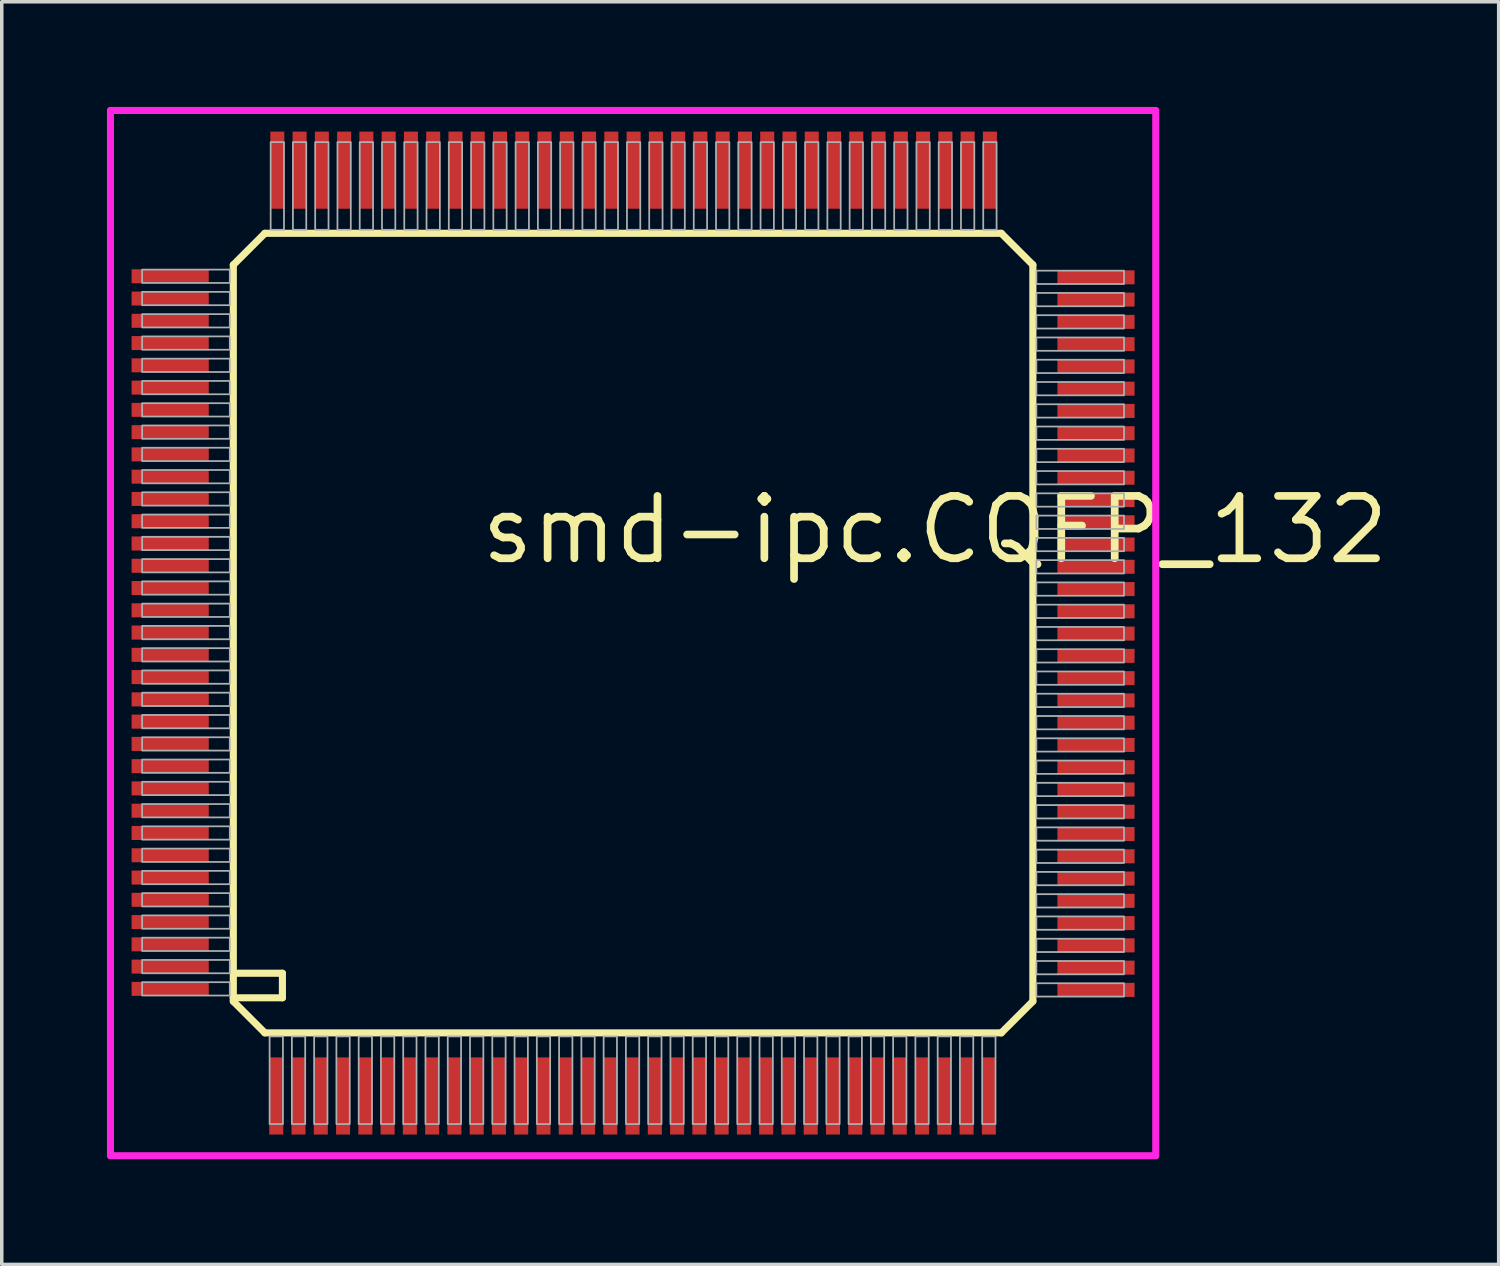
<source format=kicad_pcb>
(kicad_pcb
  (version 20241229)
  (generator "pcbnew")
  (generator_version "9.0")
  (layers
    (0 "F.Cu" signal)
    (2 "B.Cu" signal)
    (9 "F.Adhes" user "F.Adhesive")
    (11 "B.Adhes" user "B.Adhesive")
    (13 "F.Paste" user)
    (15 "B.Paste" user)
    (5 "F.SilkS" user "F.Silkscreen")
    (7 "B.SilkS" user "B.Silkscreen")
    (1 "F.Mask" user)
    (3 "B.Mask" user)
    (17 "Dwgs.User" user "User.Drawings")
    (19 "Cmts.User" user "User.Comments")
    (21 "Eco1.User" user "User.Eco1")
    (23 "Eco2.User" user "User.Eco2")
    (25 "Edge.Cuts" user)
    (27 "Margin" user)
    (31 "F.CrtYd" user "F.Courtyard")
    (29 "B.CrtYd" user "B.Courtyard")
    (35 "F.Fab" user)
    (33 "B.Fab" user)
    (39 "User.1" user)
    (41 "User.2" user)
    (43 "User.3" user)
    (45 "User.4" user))
  (footprint "smd-ipc.CQFP_132"
    (layer "F.Cu")
    (at 15.003 15.003)
    (property "Reference" "smd-ipc.CQFP_132" (at -4.445 -1.905 0) (layer "F.SilkS") (effects (font (size 1.778 1.778) (thickness 0.22)) (justify left bottom)))
    (attr smd)
    (fp_line (start -11.4 -10.5) (end -11.4 10.4) (stroke (width 0.203) (type default)) (layer "F.SilkS"))
    (fp_line (start -11.4 -10.5) (end -10.5 -11.4) (stroke (width 0.203) (type default)) (layer "F.SilkS"))
    (fp_line (start -11.4 10.4) (end -11.4 10.5) (stroke (width 0.203) (type default)) (layer "F.SilkS"))
    (fp_line (start -11.4 10.4) (end -10 10.4) (stroke (width 0.203) (type default)) (layer "F.SilkS"))
    (fp_line (start -11.4 10.5) (end -10.5 11.4) (stroke (width 0.203) (type default)) (layer "F.SilkS"))
    (fp_line (start -10.5 11.4) (end 10.5 11.4) (stroke (width 0.203) (type default)) (layer "F.SilkS"))
    (fp_line (start -10 9.7) (end -11.3 9.7) (stroke (width 0.203) (type default)) (layer "F.SilkS"))
    (fp_line (start -10 10.4) (end -10 9.7) (stroke (width 0.203) (type default)) (layer "F.SilkS"))
    (fp_line (start 10.5 -11.4) (end -10.5 -11.4) (stroke (width 0.203) (type default)) (layer "F.SilkS"))
    (fp_line (start 10.5 -11.4) (end 11.4 -10.5) (stroke (width 0.203) (type default)) (layer "F.SilkS"))
    (fp_line (start 10.5 11.4) (end 11.4 10.5) (stroke (width 0.203) (type default)) (layer "F.SilkS"))
    (fp_line (start 11.4 10.5) (end 11.4 -10.5) (stroke (width 0.203) (type default)) (layer "F.SilkS"))
    (fp_line (start -14.903 -14.903) (end 14.903 -14.903) (stroke (width 0.2) (type default)) (layer "F.CrtYd"))
    (fp_line (start -14.903 14.903) (end -14.903 -14.903) (stroke (width 0.2) (type default)) (layer "F.CrtYd"))
    (fp_line (start 14.903 -14.903) (end 14.903 14.903) (stroke (width 0.2) (type default)) (layer "F.CrtYd"))
    (fp_line (start 14.903 14.903) (end -14.903 14.903) (stroke (width 0.2) (type default)) (layer "F.CrtYd"))
    (fp_rect (start -14 -9.985) (end -11.5 -10.365) (stroke (width 0.05) (type default)) (fill no) (layer "F.Fab"))
    (fp_rect (start -14 -9.35) (end -11.5 -9.73) (stroke (width 0.05) (type default)) (fill no) (layer "F.Fab"))
    (fp_rect (start -14 -8.715) (end -11.5 -9.095) (stroke (width 0.05) (type default)) (fill no) (layer "F.Fab"))
    (fp_rect (start -14 -8.08) (end -11.5 -8.46) (stroke (width 0.05) (type default)) (fill no) (layer "F.Fab"))
    (fp_rect (start -14 -7.445) (end -11.5 -7.825) (stroke (width 0.05) (type default)) (fill no) (layer "F.Fab"))
    (fp_rect (start -14 -6.81) (end -11.5 -7.19) (stroke (width 0.05) (type default)) (fill no) (layer "F.Fab"))
    (fp_rect (start -14 -6.175) (end -11.5 -6.555) (stroke (width 0.05) (type default)) (fill no) (layer "F.Fab"))
    (fp_rect (start -14 -5.54) (end -11.5 -5.92) (stroke (width 0.05) (type default)) (fill no) (layer "F.Fab"))
    (fp_rect (start -14 -4.905) (end -11.5 -5.285) (stroke (width 0.05) (type default)) (fill no) (layer "F.Fab"))
    (fp_rect (start -14 -4.27) (end -11.5 -4.65) (stroke (width 0.05) (type default)) (fill no) (layer "F.Fab"))
    (fp_rect (start -14 -3.635) (end -11.5 -4.015) (stroke (width 0.05) (type default)) (fill no) (layer "F.Fab"))
    (fp_rect (start -14 -3) (end -11.5 -3.38) (stroke (width 0.05) (type default)) (fill no) (layer "F.Fab"))
    (fp_rect (start -14 -2.365) (end -11.5 -2.745) (stroke (width 0.05) (type default)) (fill no) (layer "F.Fab"))
    (fp_rect (start -14 -1.73) (end -11.5 -2.11) (stroke (width 0.05) (type default)) (fill no) (layer "F.Fab"))
    (fp_rect (start -14 -1.095) (end -11.5 -1.475) (stroke (width 0.05) (type default)) (fill no) (layer "F.Fab"))
    (fp_rect (start -14 -0.46) (end -11.5 -0.84) (stroke (width 0.05) (type default)) (fill no) (layer "F.Fab"))
    (fp_rect (start -14 0.175) (end -11.5 -0.205) (stroke (width 0.05) (type default)) (fill no) (layer "F.Fab"))
    (fp_rect (start -14 0.81) (end -11.5 0.43) (stroke (width 0.05) (type default)) (fill no) (layer "F.Fab"))
    (fp_rect (start -14 1.445) (end -11.5 1.065) (stroke (width 0.05) (type default)) (fill no) (layer "F.Fab"))
    (fp_rect (start -14 2.08) (end -11.5 1.7) (stroke (width 0.05) (type default)) (fill no) (layer "F.Fab"))
    (fp_rect (start -14 2.715) (end -11.5 2.335) (stroke (width 0.05) (type default)) (fill no) (layer "F.Fab"))
    (fp_rect (start -14 3.35) (end -11.5 2.97) (stroke (width 0.05) (type default)) (fill no) (layer "F.Fab"))
    (fp_rect (start -14 3.985) (end -11.5 3.605) (stroke (width 0.05) (type default)) (fill no) (layer "F.Fab"))
    (fp_rect (start -14 4.62) (end -11.5 4.24) (stroke (width 0.05) (type default)) (fill no) (layer "F.Fab"))
    (fp_rect (start -14 5.255) (end -11.5 4.875) (stroke (width 0.05) (type default)) (fill no) (layer "F.Fab"))
    (fp_rect (start -14 5.89) (end -11.5 5.51) (stroke (width 0.05) (type default)) (fill no) (layer "F.Fab"))
    (fp_rect (start -14 6.525) (end -11.5 6.145) (stroke (width 0.05) (type default)) (fill no) (layer "F.Fab"))
    (fp_rect (start -14 7.16) (end -11.5 6.78) (stroke (width 0.05) (type default)) (fill no) (layer "F.Fab"))
    (fp_rect (start -14 7.795) (end -11.5 7.415) (stroke (width 0.05) (type default)) (fill no) (layer "F.Fab"))
    (fp_rect (start -14 8.43) (end -11.5 8.05) (stroke (width 0.05) (type default)) (fill no) (layer "F.Fab"))
    (fp_rect (start -14 9.065) (end -11.5 8.685) (stroke (width 0.05) (type default)) (fill no) (layer "F.Fab"))
    (fp_rect (start -14 9.7) (end -11.5 9.32) (stroke (width 0.05) (type default)) (fill no) (layer "F.Fab"))
    (fp_rect (start -14 10.335) (end -11.5 9.955) (stroke (width 0.05) (type default)) (fill no) (layer "F.Fab"))
    (fp_rect (start -10.365 14) (end -9.985 11.5) (stroke (width 0.05) (type default)) (fill no) (layer "F.Fab"))
    (fp_rect (start -10.335 -11.5) (end -9.955 -14) (stroke (width 0.05) (type default)) (fill no) (layer "F.Fab"))
    (fp_rect (start -9.73 14) (end -9.35 11.5) (stroke (width 0.05) (type default)) (fill no) (layer "F.Fab"))
    (fp_rect (start -9.7 -11.5) (end -9.32 -14) (stroke (width 0.05) (type default)) (fill no) (layer "F.Fab"))
    (fp_rect (start -9.095 14) (end -8.715 11.5) (stroke (width 0.05) (type default)) (fill no) (layer "F.Fab"))
    (fp_rect (start -9.065 -11.5) (end -8.685 -14) (stroke (width 0.05) (type default)) (fill no) (layer "F.Fab"))
    (fp_rect (start -8.46 14) (end -8.08 11.5) (stroke (width 0.05) (type default)) (fill no) (layer "F.Fab"))
    (fp_rect (start -8.43 -11.5) (end -8.05 -14) (stroke (width 0.05) (type default)) (fill no) (layer "F.Fab"))
    (fp_rect (start -7.825 14) (end -7.445 11.5) (stroke (width 0.05) (type default)) (fill no) (layer "F.Fab"))
    (fp_rect (start -7.795 -11.5) (end -7.415 -14) (stroke (width 0.05) (type default)) (fill no) (layer "F.Fab"))
    (fp_rect (start -7.19 14) (end -6.81 11.5) (stroke (width 0.05) (type default)) (fill no) (layer "F.Fab"))
    (fp_rect (start -7.16 -11.5) (end -6.78 -14) (stroke (width 0.05) (type default)) (fill no) (layer "F.Fab"))
    (fp_rect (start -6.555 14) (end -6.175 11.5) (stroke (width 0.05) (type default)) (fill no) (layer "F.Fab"))
    (fp_rect (start -6.525 -11.5) (end -6.145 -14) (stroke (width 0.05) (type default)) (fill no) (layer "F.Fab"))
    (fp_rect (start -5.92 14) (end -5.54 11.5) (stroke (width 0.05) (type default)) (fill no) (layer "F.Fab"))
    (fp_rect (start -5.89 -11.5) (end -5.51 -14) (stroke (width 0.05) (type default)) (fill no) (layer "F.Fab"))
    (fp_rect (start -5.285 14) (end -4.905 11.5) (stroke (width 0.05) (type default)) (fill no) (layer "F.Fab"))
    (fp_rect (start -5.255 -11.5) (end -4.875 -14) (stroke (width 0.05) (type default)) (fill no) (layer "F.Fab"))
    (fp_rect (start -4.65 14) (end -4.27 11.5) (stroke (width 0.05) (type default)) (fill no) (layer "F.Fab"))
    (fp_rect (start -4.62 -11.5) (end -4.24 -14) (stroke (width 0.05) (type default)) (fill no) (layer "F.Fab"))
    (fp_rect (start -4.015 14) (end -3.635 11.5) (stroke (width 0.05) (type default)) (fill no) (layer "F.Fab"))
    (fp_rect (start -3.985 -11.5) (end -3.605 -14) (stroke (width 0.05) (type default)) (fill no) (layer "F.Fab"))
    (fp_rect (start -3.38 14) (end -3 11.5) (stroke (width 0.05) (type default)) (fill no) (layer "F.Fab"))
    (fp_rect (start -3.35 -11.5) (end -2.97 -14) (stroke (width 0.05) (type default)) (fill no) (layer "F.Fab"))
    (fp_rect (start -2.745 14) (end -2.365 11.5) (stroke (width 0.05) (type default)) (fill no) (layer "F.Fab"))
    (fp_rect (start -2.715 -11.5) (end -2.335 -14) (stroke (width 0.05) (type default)) (fill no) (layer "F.Fab"))
    (fp_rect (start -2.11 14) (end -1.73 11.5) (stroke (width 0.05) (type default)) (fill no) (layer "F.Fab"))
    (fp_rect (start -2.08 -11.5) (end -1.7 -14) (stroke (width 0.05) (type default)) (fill no) (layer "F.Fab"))
    (fp_rect (start -1.475 14) (end -1.095 11.5) (stroke (width 0.05) (type default)) (fill no) (layer "F.Fab"))
    (fp_rect (start -1.445 -11.5) (end -1.065 -14) (stroke (width 0.05) (type default)) (fill no) (layer "F.Fab"))
    (fp_rect (start -0.84 14) (end -0.46 11.5) (stroke (width 0.05) (type default)) (fill no) (layer "F.Fab"))
    (fp_rect (start -0.81 -11.5) (end -0.43 -14) (stroke (width 0.05) (type default)) (fill no) (layer "F.Fab"))
    (fp_rect (start -0.205 14) (end 0.175 11.5) (stroke (width 0.05) (type default)) (fill no) (layer "F.Fab"))
    (fp_rect (start -0.175 -11.5) (end 0.205 -14) (stroke (width 0.05) (type default)) (fill no) (layer "F.Fab"))
    (fp_rect (start 0.43 14) (end 0.81 11.5) (stroke (width 0.05) (type default)) (fill no) (layer "F.Fab"))
    (fp_rect (start 0.46 -11.5) (end 0.84 -14) (stroke (width 0.05) (type default)) (fill no) (layer "F.Fab"))
    (fp_rect (start 1.065 14) (end 1.445 11.5) (stroke (width 0.05) (type default)) (fill no) (layer "F.Fab"))
    (fp_rect (start 1.095 -11.5) (end 1.475 -14) (stroke (width 0.05) (type default)) (fill no) (layer "F.Fab"))
    (fp_rect (start 1.7 14) (end 2.08 11.5) (stroke (width 0.05) (type default)) (fill no) (layer "F.Fab"))
    (fp_rect (start 1.73 -11.5) (end 2.11 -14) (stroke (width 0.05) (type default)) (fill no) (layer "F.Fab"))
    (fp_rect (start 2.335 14) (end 2.715 11.5) (stroke (width 0.05) (type default)) (fill no) (layer "F.Fab"))
    (fp_rect (start 2.365 -11.5) (end 2.745 -14) (stroke (width 0.05) (type default)) (fill no) (layer "F.Fab"))
    (fp_rect (start 2.97 14) (end 3.35 11.5) (stroke (width 0.05) (type default)) (fill no) (layer "F.Fab"))
    (fp_rect (start 3 -11.5) (end 3.38 -14) (stroke (width 0.05) (type default)) (fill no) (layer "F.Fab"))
    (fp_rect (start 3.605 14) (end 3.985 11.5) (stroke (width 0.05) (type default)) (fill no) (layer "F.Fab"))
    (fp_rect (start 3.635 -11.5) (end 4.015 -14) (stroke (width 0.05) (type default)) (fill no) (layer "F.Fab"))
    (fp_rect (start 4.24 14) (end 4.62 11.5) (stroke (width 0.05) (type default)) (fill no) (layer "F.Fab"))
    (fp_rect (start 4.27 -11.5) (end 4.65 -14) (stroke (width 0.05) (type default)) (fill no) (layer "F.Fab"))
    (fp_rect (start 4.875 14) (end 5.255 11.5) (stroke (width 0.05) (type default)) (fill no) (layer "F.Fab"))
    (fp_rect (start 4.905 -11.5) (end 5.285 -14) (stroke (width 0.05) (type default)) (fill no) (layer "F.Fab"))
    (fp_rect (start 5.51 14) (end 5.89 11.5) (stroke (width 0.05) (type default)) (fill no) (layer "F.Fab"))
    (fp_rect (start 5.54 -11.5) (end 5.92 -14) (stroke (width 0.05) (type default)) (fill no) (layer "F.Fab"))
    (fp_rect (start 6.145 14) (end 6.525 11.5) (stroke (width 0.05) (type default)) (fill no) (layer "F.Fab"))
    (fp_rect (start 6.175 -11.5) (end 6.555 -14) (stroke (width 0.05) (type default)) (fill no) (layer "F.Fab"))
    (fp_rect (start 6.78 14) (end 7.16 11.5) (stroke (width 0.05) (type default)) (fill no) (layer "F.Fab"))
    (fp_rect (start 6.81 -11.5) (end 7.19 -14) (stroke (width 0.05) (type default)) (fill no) (layer "F.Fab"))
    (fp_rect (start 7.415 14) (end 7.795 11.5) (stroke (width 0.05) (type default)) (fill no) (layer "F.Fab"))
    (fp_rect (start 7.445 -11.5) (end 7.825 -14) (stroke (width 0.05) (type default)) (fill no) (layer "F.Fab"))
    (fp_rect (start 8.05 14) (end 8.43 11.5) (stroke (width 0.05) (type default)) (fill no) (layer "F.Fab"))
    (fp_rect (start 8.08 -11.5) (end 8.46 -14) (stroke (width 0.05) (type default)) (fill no) (layer "F.Fab"))
    (fp_rect (start 8.685 14) (end 9.065 11.5) (stroke (width 0.05) (type default)) (fill no) (layer "F.Fab"))
    (fp_rect (start 8.715 -11.5) (end 9.095 -14) (stroke (width 0.05) (type default)) (fill no) (layer "F.Fab"))
    (fp_rect (start 9.32 14) (end 9.7 11.5) (stroke (width 0.05) (type default)) (fill no) (layer "F.Fab"))
    (fp_rect (start 9.35 -11.5) (end 9.73 -14) (stroke (width 0.05) (type default)) (fill no) (layer "F.Fab"))
    (fp_rect (start 9.955 14) (end 10.335 11.5) (stroke (width 0.05) (type default)) (fill no) (layer "F.Fab"))
    (fp_rect (start 9.985 -11.5) (end 10.365 -14) (stroke (width 0.05) (type default)) (fill no) (layer "F.Fab"))
    (fp_rect (start 11.5 -9.955) (end 14 -10.335) (stroke (width 0.05) (type default)) (fill no) (layer "F.Fab"))
    (fp_rect (start 11.5 -9.32) (end 14 -9.7) (stroke (width 0.05) (type default)) (fill no) (layer "F.Fab"))
    (fp_rect (start 11.5 -8.685) (end 14 -9.065) (stroke (width 0.05) (type default)) (fill no) (layer "F.Fab"))
    (fp_rect (start 11.5 -8.05) (end 14 -8.43) (stroke (width 0.05) (type default)) (fill no) (layer "F.Fab"))
    (fp_rect (start 11.5 -7.415) (end 14 -7.795) (stroke (width 0.05) (type default)) (fill no) (layer "F.Fab"))
    (fp_rect (start 11.5 -6.78) (end 14 -7.16) (stroke (width 0.05) (type default)) (fill no) (layer "F.Fab"))
    (fp_rect (start 11.5 -6.145) (end 14 -6.525) (stroke (width 0.05) (type default)) (fill no) (layer "F.Fab"))
    (fp_rect (start 11.5 -5.51) (end 14 -5.89) (stroke (width 0.05) (type default)) (fill no) (layer "F.Fab"))
    (fp_rect (start 11.5 -4.875) (end 14 -5.255) (stroke (width 0.05) (type default)) (fill no) (layer "F.Fab"))
    (fp_rect (start 11.5 -4.24) (end 14 -4.62) (stroke (width 0.05) (type default)) (fill no) (layer "F.Fab"))
    (fp_rect (start 11.5 -3.605) (end 14 -3.985) (stroke (width 0.05) (type default)) (fill no) (layer "F.Fab"))
    (fp_rect (start 11.5 -2.97) (end 14 -3.35) (stroke (width 0.05) (type default)) (fill no) (layer "F.Fab"))
    (fp_rect (start 11.5 -2.335) (end 14 -2.715) (stroke (width 0.05) (type default)) (fill no) (layer "F.Fab"))
    (fp_rect (start 11.5 -1.7) (end 14 -2.08) (stroke (width 0.05) (type default)) (fill no) (layer "F.Fab"))
    (fp_rect (start 11.5 -1.065) (end 14 -1.445) (stroke (width 0.05) (type default)) (fill no) (layer "F.Fab"))
    (fp_rect (start 11.5 -0.43) (end 14 -0.81) (stroke (width 0.05) (type default)) (fill no) (layer "F.Fab"))
    (fp_rect (start 11.5 0.205) (end 14 -0.175) (stroke (width 0.05) (type default)) (fill no) (layer "F.Fab"))
    (fp_rect (start 11.5 0.84) (end 14 0.46) (stroke (width 0.05) (type default)) (fill no) (layer "F.Fab"))
    (fp_rect (start 11.5 1.475) (end 14 1.095) (stroke (width 0.05) (type default)) (fill no) (layer "F.Fab"))
    (fp_rect (start 11.5 2.11) (end 14 1.73) (stroke (width 0.05) (type default)) (fill no) (layer "F.Fab"))
    (fp_rect (start 11.5 2.745) (end 14 2.365) (stroke (width 0.05) (type default)) (fill no) (layer "F.Fab"))
    (fp_rect (start 11.5 3.38) (end 14 3) (stroke (width 0.05) (type default)) (fill no) (layer "F.Fab"))
    (fp_rect (start 11.5 4.015) (end 14 3.635) (stroke (width 0.05) (type default)) (fill no) (layer "F.Fab"))
    (fp_rect (start 11.5 4.65) (end 14 4.27) (stroke (width 0.05) (type default)) (fill no) (layer "F.Fab"))
    (fp_rect (start 11.5 5.285) (end 14 4.905) (stroke (width 0.05) (type default)) (fill no) (layer "F.Fab"))
    (fp_rect (start 11.5 5.92) (end 14 5.54) (stroke (width 0.05) (type default)) (fill no) (layer "F.Fab"))
    (fp_rect (start 11.5 6.555) (end 14 6.175) (stroke (width 0.05) (type default)) (fill no) (layer "F.Fab"))
    (fp_rect (start 11.5 7.19) (end 14 6.81) (stroke (width 0.05) (type default)) (fill no) (layer "F.Fab"))
    (fp_rect (start 11.5 7.825) (end 14 7.445) (stroke (width 0.05) (type default)) (fill no) (layer "F.Fab"))
    (fp_rect (start 11.5 8.46) (end 14 8.08) (stroke (width 0.05) (type default)) (fill no) (layer "F.Fab"))
    (fp_rect (start 11.5 9.095) (end 14 8.715) (stroke (width 0.05) (type default)) (fill no) (layer "F.Fab"))
    (fp_rect (start 11.5 9.73) (end 14 9.35) (stroke (width 0.05) (type default)) (fill no) (layer "F.Fab"))
    (fp_rect (start 11.5 10.365) (end 14 9.985) (stroke (width 0.05) (type default)) (fill no) (layer "F.Fab"))
    (pad "1" smd roundrect (at -10.175 13.2) (size 0.4 2.2) (layers "F.Cu" "F.Mask" "F.Paste") (roundrect_rratio 0.01))
    (pad "2" smd roundrect (at -9.54 13.2) (size 0.4 2.2) (layers "F.Cu" "F.Mask" "F.Paste") (roundrect_rratio 0.01))
    (pad "3" smd roundrect (at -8.905 13.2) (size 0.4 2.2) (layers "F.Cu" "F.Mask" "F.Paste") (roundrect_rratio 0.01))
    (pad "4" smd roundrect (at -8.27 13.2) (size 0.4 2.2) (layers "F.Cu" "F.Mask" "F.Paste") (roundrect_rratio 0.01))
    (pad "5" smd roundrect (at -7.635 13.2) (size 0.4 2.2) (layers "F.Cu" "F.Mask" "F.Paste") (roundrect_rratio 0.01))
    (pad "6" smd roundrect (at -7 13.2) (size 0.4 2.2) (layers "F.Cu" "F.Mask" "F.Paste") (roundrect_rratio 0.01))
    (pad "7" smd roundrect (at -6.365 13.2) (size 0.4 2.2) (layers "F.Cu" "F.Mask" "F.Paste") (roundrect_rratio 0.01))
    (pad "8" smd roundrect (at -5.73 13.2) (size 0.4 2.2) (layers "F.Cu" "F.Mask" "F.Paste") (roundrect_rratio 0.01))
    (pad "9" smd roundrect (at -5.095 13.2) (size 0.4 2.2) (layers "F.Cu" "F.Mask" "F.Paste") (roundrect_rratio 0.01))
    (pad "10" smd roundrect (at -4.46 13.2) (size 0.4 2.2) (layers "F.Cu" "F.Mask" "F.Paste") (roundrect_rratio 0.01))
    (pad "11" smd roundrect (at -3.825 13.2) (size 0.4 2.2) (layers "F.Cu" "F.Mask" "F.Paste") (roundrect_rratio 0.01))
    (pad "12" smd roundrect (at -3.19 13.2) (size 0.4 2.2) (layers "F.Cu" "F.Mask" "F.Paste") (roundrect_rratio 0.01))
    (pad "13" smd roundrect (at -2.555 13.2) (size 0.4 2.2) (layers "F.Cu" "F.Mask" "F.Paste") (roundrect_rratio 0.01))
    (pad "14" smd roundrect (at -1.92 13.2) (size 0.4 2.2) (layers "F.Cu" "F.Mask" "F.Paste") (roundrect_rratio 0.01))
    (pad "15" smd roundrect (at -1.285 13.2) (size 0.4 2.2) (layers "F.Cu" "F.Mask" "F.Paste") (roundrect_rratio 0.01))
    (pad "16" smd roundrect (at -0.65 13.2) (size 0.4 2.2) (layers "F.Cu" "F.Mask" "F.Paste") (roundrect_rratio 0.01))
    (pad "17" smd roundrect (at -0.015 13.2) (size 0.4 2.2) (layers "F.Cu" "F.Mask" "F.Paste") (roundrect_rratio 0.01))
    (pad "18" smd roundrect (at 0.62 13.2) (size 0.4 2.2) (layers "F.Cu" "F.Mask" "F.Paste") (roundrect_rratio 0.01))
    (pad "19" smd roundrect (at 1.255 13.2) (size 0.4 2.2) (layers "F.Cu" "F.Mask" "F.Paste") (roundrect_rratio 0.01))
    (pad "20" smd roundrect (at 1.89 13.2) (size 0.4 2.2) (layers "F.Cu" "F.Mask" "F.Paste") (roundrect_rratio 0.01))
    (pad "21" smd roundrect (at 2.525 13.2) (size 0.4 2.2) (layers "F.Cu" "F.Mask" "F.Paste") (roundrect_rratio 0.01))
    (pad "22" smd roundrect (at 3.16 13.2) (size 0.4 2.2) (layers "F.Cu" "F.Mask" "F.Paste") (roundrect_rratio 0.01))
    (pad "23" smd roundrect (at 3.795 13.2) (size 0.4 2.2) (layers "F.Cu" "F.Mask" "F.Paste") (roundrect_rratio 0.01))
    (pad "24" smd roundrect (at 4.43 13.2) (size 0.4 2.2) (layers "F.Cu" "F.Mask" "F.Paste") (roundrect_rratio 0.01))
    (pad "25" smd roundrect (at 5.065 13.2) (size 0.4 2.2) (layers "F.Cu" "F.Mask" "F.Paste") (roundrect_rratio 0.01))
    (pad "26" smd roundrect (at 5.7 13.2) (size 0.4 2.2) (layers "F.Cu" "F.Mask" "F.Paste") (roundrect_rratio 0.01))
    (pad "27" smd roundrect (at 6.335 13.2) (size 0.4 2.2) (layers "F.Cu" "F.Mask" "F.Paste") (roundrect_rratio 0.01))
    (pad "28" smd roundrect (at 6.97 13.2) (size 0.4 2.2) (layers "F.Cu" "F.Mask" "F.Paste") (roundrect_rratio 0.01))
    (pad "29" smd roundrect (at 7.605 13.2) (size 0.4 2.2) (layers "F.Cu" "F.Mask" "F.Paste") (roundrect_rratio 0.01))
    (pad "30" smd roundrect (at 8.24 13.2) (size 0.4 2.2) (layers "F.Cu" "F.Mask" "F.Paste") (roundrect_rratio 0.01))
    (pad "31" smd roundrect (at 8.875 13.2) (size 0.4 2.2) (layers "F.Cu" "F.Mask" "F.Paste") (roundrect_rratio 0.01))
    (pad "32" smd roundrect (at 9.51 13.2) (size 0.4 2.2) (layers "F.Cu" "F.Mask" "F.Paste") (roundrect_rratio 0.01))
    (pad "33" smd roundrect (at 10.145 13.2) (size 0.4 2.2) (layers "F.Cu" "F.Mask" "F.Paste") (roundrect_rratio 0.01))
    (pad "34" smd roundrect (at 13.2 10.175) (size 2.2 0.4) (layers "F.Cu" "F.Mask" "F.Paste") (roundrect_rratio 0.01))
    (pad "35" smd roundrect (at 13.2 9.54) (size 2.2 0.4) (layers "F.Cu" "F.Mask" "F.Paste") (roundrect_rratio 0.01))
    (pad "36" smd roundrect (at 13.2 8.905) (size 2.2 0.4) (layers "F.Cu" "F.Mask" "F.Paste") (roundrect_rratio 0.01))
    (pad "37" smd roundrect (at 13.2 8.27) (size 2.2 0.4) (layers "F.Cu" "F.Mask" "F.Paste") (roundrect_rratio 0.01))
    (pad "38" smd roundrect (at 13.2 7.635) (size 2.2 0.4) (layers "F.Cu" "F.Mask" "F.Paste") (roundrect_rratio 0.01))
    (pad "39" smd roundrect (at 13.2 7) (size 2.2 0.4) (layers "F.Cu" "F.Mask" "F.Paste") (roundrect_rratio 0.01))
    (pad "40" smd roundrect (at 13.2 6.365) (size 2.2 0.4) (layers "F.Cu" "F.Mask" "F.Paste") (roundrect_rratio 0.01))
    (pad "41" smd roundrect (at 13.2 5.73) (size 2.2 0.4) (layers "F.Cu" "F.Mask" "F.Paste") (roundrect_rratio 0.01))
    (pad "42" smd roundrect (at 13.2 5.095) (size 2.2 0.4) (layers "F.Cu" "F.Mask" "F.Paste") (roundrect_rratio 0.01))
    (pad "43" smd roundrect (at 13.2 4.46) (size 2.2 0.4) (layers "F.Cu" "F.Mask" "F.Paste") (roundrect_rratio 0.01))
    (pad "44" smd roundrect (at 13.2 3.825) (size 2.2 0.4) (layers "F.Cu" "F.Mask" "F.Paste") (roundrect_rratio 0.01))
    (pad "45" smd roundrect (at 13.2 3.19) (size 2.2 0.4) (layers "F.Cu" "F.Mask" "F.Paste") (roundrect_rratio 0.01))
    (pad "46" smd roundrect (at 13.2 2.555) (size 2.2 0.4) (layers "F.Cu" "F.Mask" "F.Paste") (roundrect_rratio 0.01))
    (pad "47" smd roundrect (at 13.2 1.92) (size 2.2 0.4) (layers "F.Cu" "F.Mask" "F.Paste") (roundrect_rratio 0.01))
    (pad "48" smd roundrect (at 13.2 1.285) (size 2.2 0.4) (layers "F.Cu" "F.Mask" "F.Paste") (roundrect_rratio 0.01))
    (pad "49" smd roundrect (at 13.2 0.65) (size 2.2 0.4) (layers "F.Cu" "F.Mask" "F.Paste") (roundrect_rratio 0.01))
    (pad "50" smd roundrect (at 13.2 0.015) (size 2.2 0.4) (layers "F.Cu" "F.Mask" "F.Paste") (roundrect_rratio 0.01))
    (pad "51" smd roundrect (at 13.2 -0.62) (size 2.2 0.4) (layers "F.Cu" "F.Mask" "F.Paste") (roundrect_rratio 0.01))
    (pad "52" smd roundrect (at 13.2 -1.255) (size 2.2 0.4) (layers "F.Cu" "F.Mask" "F.Paste") (roundrect_rratio 0.01))
    (pad "53" smd roundrect (at 13.2 -1.89) (size 2.2 0.4) (layers "F.Cu" "F.Mask" "F.Paste") (roundrect_rratio 0.01))
    (pad "54" smd roundrect (at 13.2 -2.525) (size 2.2 0.4) (layers "F.Cu" "F.Mask" "F.Paste") (roundrect_rratio 0.01))
    (pad "55" smd roundrect (at 13.2 -3.16) (size 2.2 0.4) (layers "F.Cu" "F.Mask" "F.Paste") (roundrect_rratio 0.01))
    (pad "56" smd roundrect (at 13.2 -3.795) (size 2.2 0.4) (layers "F.Cu" "F.Mask" "F.Paste") (roundrect_rratio 0.01))
    (pad "57" smd roundrect (at 13.2 -4.43) (size 2.2 0.4) (layers "F.Cu" "F.Mask" "F.Paste") (roundrect_rratio 0.01))
    (pad "58" smd roundrect (at 13.2 -5.065) (size 2.2 0.4) (layers "F.Cu" "F.Mask" "F.Paste") (roundrect_rratio 0.01))
    (pad "59" smd roundrect (at 13.2 -5.7) (size 2.2 0.4) (layers "F.Cu" "F.Mask" "F.Paste") (roundrect_rratio 0.01))
    (pad "60" smd roundrect (at 13.2 -6.335) (size 2.2 0.4) (layers "F.Cu" "F.Mask" "F.Paste") (roundrect_rratio 0.01))
    (pad "61" smd roundrect (at 13.2 -6.97) (size 2.2 0.4) (layers "F.Cu" "F.Mask" "F.Paste") (roundrect_rratio 0.01))
    (pad "62" smd roundrect (at 13.2 -7.605) (size 2.2 0.4) (layers "F.Cu" "F.Mask" "F.Paste") (roundrect_rratio 0.01))
    (pad "63" smd roundrect (at 13.2 -8.24) (size 2.2 0.4) (layers "F.Cu" "F.Mask" "F.Paste") (roundrect_rratio 0.01))
    (pad "64" smd roundrect (at 13.2 -8.875) (size 2.2 0.4) (layers "F.Cu" "F.Mask" "F.Paste") (roundrect_rratio 0.01))
    (pad "65" smd roundrect (at 13.2 -9.51) (size 2.2 0.4) (layers "F.Cu" "F.Mask" "F.Paste") (roundrect_rratio 0.01))
    (pad "66" smd roundrect (at 13.2 -10.145) (size 2.2 0.4) (layers "F.Cu" "F.Mask" "F.Paste") (roundrect_rratio 0.01))
    (pad "67" smd roundrect (at 10.175 -13.2) (size 0.4 2.2) (layers "F.Cu" "F.Mask" "F.Paste") (roundrect_rratio 0.01))
    (pad "68" smd roundrect (at 9.54 -13.2) (size 0.4 2.2) (layers "F.Cu" "F.Mask" "F.Paste") (roundrect_rratio 0.01))
    (pad "69" smd roundrect (at 8.905 -13.2) (size 0.4 2.2) (layers "F.Cu" "F.Mask" "F.Paste") (roundrect_rratio 0.01))
    (pad "70" smd roundrect (at 8.27 -13.2) (size 0.4 2.2) (layers "F.Cu" "F.Mask" "F.Paste") (roundrect_rratio 0.01))
    (pad "71" smd roundrect (at 7.635 -13.2) (size 0.4 2.2) (layers "F.Cu" "F.Mask" "F.Paste") (roundrect_rratio 0.01))
    (pad "72" smd roundrect (at 7 -13.2) (size 0.4 2.2) (layers "F.Cu" "F.Mask" "F.Paste") (roundrect_rratio 0.01))
    (pad "73" smd roundrect (at 6.365 -13.2) (size 0.4 2.2) (layers "F.Cu" "F.Mask" "F.Paste") (roundrect_rratio 0.01))
    (pad "74" smd roundrect (at 5.73 -13.2) (size 0.4 2.2) (layers "F.Cu" "F.Mask" "F.Paste") (roundrect_rratio 0.01))
    (pad "75" smd roundrect (at 5.095 -13.2) (size 0.4 2.2) (layers "F.Cu" "F.Mask" "F.Paste") (roundrect_rratio 0.01))
    (pad "76" smd roundrect (at 4.46 -13.2) (size 0.4 2.2) (layers "F.Cu" "F.Mask" "F.Paste") (roundrect_rratio 0.01))
    (pad "77" smd roundrect (at 3.825 -13.2) (size 0.4 2.2) (layers "F.Cu" "F.Mask" "F.Paste") (roundrect_rratio 0.01))
    (pad "78" smd roundrect (at 3.19 -13.2) (size 0.4 2.2) (layers "F.Cu" "F.Mask" "F.Paste") (roundrect_rratio 0.01))
    (pad "79" smd roundrect (at 2.555 -13.2) (size 0.4 2.2) (layers "F.Cu" "F.Mask" "F.Paste") (roundrect_rratio 0.01))
    (pad "80" smd roundrect (at 1.92 -13.2) (size 0.4 2.2) (layers "F.Cu" "F.Mask" "F.Paste") (roundrect_rratio 0.01))
    (pad "81" smd roundrect (at 1.285 -13.2) (size 0.4 2.2) (layers "F.Cu" "F.Mask" "F.Paste") (roundrect_rratio 0.01))
    (pad "82" smd roundrect (at 0.65 -13.2) (size 0.4 2.2) (layers "F.Cu" "F.Mask" "F.Paste") (roundrect_rratio 0.01))
    (pad "83" smd roundrect (at 0.015 -13.2) (size 0.4 2.2) (layers "F.Cu" "F.Mask" "F.Paste") (roundrect_rratio 0.01))
    (pad "84" smd roundrect (at -0.62 -13.2) (size 0.4 2.2) (layers "F.Cu" "F.Mask" "F.Paste") (roundrect_rratio 0.01))
    (pad "85" smd roundrect (at -1.255 -13.2) (size 0.4 2.2) (layers "F.Cu" "F.Mask" "F.Paste") (roundrect_rratio 0.01))
    (pad "86" smd roundrect (at -1.89 -13.2) (size 0.4 2.2) (layers "F.Cu" "F.Mask" "F.Paste") (roundrect_rratio 0.01))
    (pad "87" smd roundrect (at -2.525 -13.2) (size 0.4 2.2) (layers "F.Cu" "F.Mask" "F.Paste") (roundrect_rratio 0.01))
    (pad "88" smd roundrect (at -3.16 -13.2) (size 0.4 2.2) (layers "F.Cu" "F.Mask" "F.Paste") (roundrect_rratio 0.01))
    (pad "89" smd roundrect (at -3.795 -13.2) (size 0.4 2.2) (layers "F.Cu" "F.Mask" "F.Paste") (roundrect_rratio 0.01))
    (pad "90" smd roundrect (at -4.43 -13.2) (size 0.4 2.2) (layers "F.Cu" "F.Mask" "F.Paste") (roundrect_rratio 0.01))
    (pad "91" smd roundrect (at -5.065 -13.2) (size 0.4 2.2) (layers "F.Cu" "F.Mask" "F.Paste") (roundrect_rratio 0.01))
    (pad "92" smd roundrect (at -5.7 -13.2) (size 0.4 2.2) (layers "F.Cu" "F.Mask" "F.Paste") (roundrect_rratio 0.01))
    (pad "93" smd roundrect (at -6.335 -13.2) (size 0.4 2.2) (layers "F.Cu" "F.Mask" "F.Paste") (roundrect_rratio 0.01))
    (pad "94" smd roundrect (at -6.97 -13.2) (size 0.4 2.2) (layers "F.Cu" "F.Mask" "F.Paste") (roundrect_rratio 0.01))
    (pad "95" smd roundrect (at -7.605 -13.2) (size 0.4 2.2) (layers "F.Cu" "F.Mask" "F.Paste") (roundrect_rratio 0.01))
    (pad "96" smd roundrect (at -8.24 -13.2) (size 0.4 2.2) (layers "F.Cu" "F.Mask" "F.Paste") (roundrect_rratio 0.01))
    (pad "97" smd roundrect (at -8.875 -13.2) (size 0.4 2.2) (layers "F.Cu" "F.Mask" "F.Paste") (roundrect_rratio 0.01))
    (pad "98" smd roundrect (at -9.51 -13.2) (size 0.4 2.2) (layers "F.Cu" "F.Mask" "F.Paste") (roundrect_rratio 0.01))
    (pad "99" smd roundrect (at -10.145 -13.2) (size 0.4 2.2) (layers "F.Cu" "F.Mask" "F.Paste") (roundrect_rratio 0.01))
    (pad "100" smd roundrect (at -13.2 -10.175) (size 2.2 0.4) (layers "F.Cu" "F.Mask" "F.Paste") (roundrect_rratio 0.01))
    (pad "101" smd roundrect (at -13.2 -9.54) (size 2.2 0.4) (layers "F.Cu" "F.Mask" "F.Paste") (roundrect_rratio 0.01))
    (pad "102" smd roundrect (at -13.2 -8.905) (size 2.2 0.4) (layers "F.Cu" "F.Mask" "F.Paste") (roundrect_rratio 0.01))
    (pad "103" smd roundrect (at -13.2 -8.27) (size 2.2 0.4) (layers "F.Cu" "F.Mask" "F.Paste") (roundrect_rratio 0.01))
    (pad "104" smd roundrect (at -13.2 -7.635) (size 2.2 0.4) (layers "F.Cu" "F.Mask" "F.Paste") (roundrect_rratio 0.01))
    (pad "105" smd roundrect (at -13.2 -7) (size 2.2 0.4) (layers "F.Cu" "F.Mask" "F.Paste") (roundrect_rratio 0.01))
    (pad "106" smd roundrect (at -13.2 -6.365) (size 2.2 0.4) (layers "F.Cu" "F.Mask" "F.Paste") (roundrect_rratio 0.01))
    (pad "107" smd roundrect (at -13.2 -5.73) (size 2.2 0.4) (layers "F.Cu" "F.Mask" "F.Paste") (roundrect_rratio 0.01))
    (pad "108" smd roundrect (at -13.2 -5.095) (size 2.2 0.4) (layers "F.Cu" "F.Mask" "F.Paste") (roundrect_rratio 0.01))
    (pad "109" smd roundrect (at -13.2 -4.46) (size 2.2 0.4) (layers "F.Cu" "F.Mask" "F.Paste") (roundrect_rratio 0.01))
    (pad "110" smd roundrect (at -13.2 -3.825) (size 2.2 0.4) (layers "F.Cu" "F.Mask" "F.Paste") (roundrect_rratio 0.01))
    (pad "111" smd roundrect (at -13.2 -3.19) (size 2.2 0.4) (layers "F.Cu" "F.Mask" "F.Paste") (roundrect_rratio 0.01))
    (pad "112" smd roundrect (at -13.2 -2.555) (size 2.2 0.4) (layers "F.Cu" "F.Mask" "F.Paste") (roundrect_rratio 0.01))
    (pad "113" smd roundrect (at -13.2 -1.92) (size 2.2 0.4) (layers "F.Cu" "F.Mask" "F.Paste") (roundrect_rratio 0.01))
    (pad "114" smd roundrect (at -13.2 -1.285) (size 2.2 0.4) (layers "F.Cu" "F.Mask" "F.Paste") (roundrect_rratio 0.01))
    (pad "115" smd roundrect (at -13.2 -0.65) (size 2.2 0.4) (layers "F.Cu" "F.Mask" "F.Paste") (roundrect_rratio 0.01))
    (pad "116" smd roundrect (at -13.2 -0.015) (size 2.2 0.4) (layers "F.Cu" "F.Mask" "F.Paste") (roundrect_rratio 0.01))
    (pad "117" smd roundrect (at -13.2 0.62) (size 2.2 0.4) (layers "F.Cu" "F.Mask" "F.Paste") (roundrect_rratio 0.01))
    (pad "118" smd roundrect (at -13.2 1.255) (size 2.2 0.4) (layers "F.Cu" "F.Mask" "F.Paste") (roundrect_rratio 0.01))
    (pad "119" smd roundrect (at -13.2 1.89) (size 2.2 0.4) (layers "F.Cu" "F.Mask" "F.Paste") (roundrect_rratio 0.01))
    (pad "120" smd roundrect (at -13.2 2.525) (size 2.2 0.4) (layers "F.Cu" "F.Mask" "F.Paste") (roundrect_rratio 0.01))
    (pad "121" smd roundrect (at -13.2 3.16) (size 2.2 0.4) (layers "F.Cu" "F.Mask" "F.Paste") (roundrect_rratio 0.01))
    (pad "122" smd roundrect (at -13.2 3.795) (size 2.2 0.4) (layers "F.Cu" "F.Mask" "F.Paste") (roundrect_rratio 0.01))
    (pad "123" smd roundrect (at -13.2 4.43) (size 2.2 0.4) (layers "F.Cu" "F.Mask" "F.Paste") (roundrect_rratio 0.01))
    (pad "124" smd roundrect (at -13.2 5.065) (size 2.2 0.4) (layers "F.Cu" "F.Mask" "F.Paste") (roundrect_rratio 0.01))
    (pad "125" smd roundrect (at -13.2 5.7) (size 2.2 0.4) (layers "F.Cu" "F.Mask" "F.Paste") (roundrect_rratio 0.01))
    (pad "126" smd roundrect (at -13.2 6.335) (size 2.2 0.4) (layers "F.Cu" "F.Mask" "F.Paste") (roundrect_rratio 0.01))
    (pad "127" smd roundrect (at -13.2 6.97) (size 2.2 0.4) (layers "F.Cu" "F.Mask" "F.Paste") (roundrect_rratio 0.01))
    (pad "128" smd roundrect (at -13.2 7.605) (size 2.2 0.4) (layers "F.Cu" "F.Mask" "F.Paste") (roundrect_rratio 0.01))
    (pad "129" smd roundrect (at -13.2 8.24) (size 2.2 0.4) (layers "F.Cu" "F.Mask" "F.Paste") (roundrect_rratio 0.01))
    (pad "130" smd roundrect (at -13.2 8.875) (size 2.2 0.4) (layers "F.Cu" "F.Mask" "F.Paste") (roundrect_rratio 0.01))
    (pad "131" smd roundrect (at -13.2 9.51) (size 2.2 0.4) (layers "F.Cu" "F.Mask" "F.Paste") (roundrect_rratio 0.01))
    (pad "132" smd roundrect (at -13.2 10.145) (size 2.2 0.4) (layers "F.Cu" "F.Mask" "F.Paste") (roundrect_rratio 0.01)))
  (gr_rect
    (start -3 -3)
    (end 39.686 33.006)
    (stroke (width 0.1) (type default))
    (fill no)
    (layer "Edge.Cuts")))
</source>
